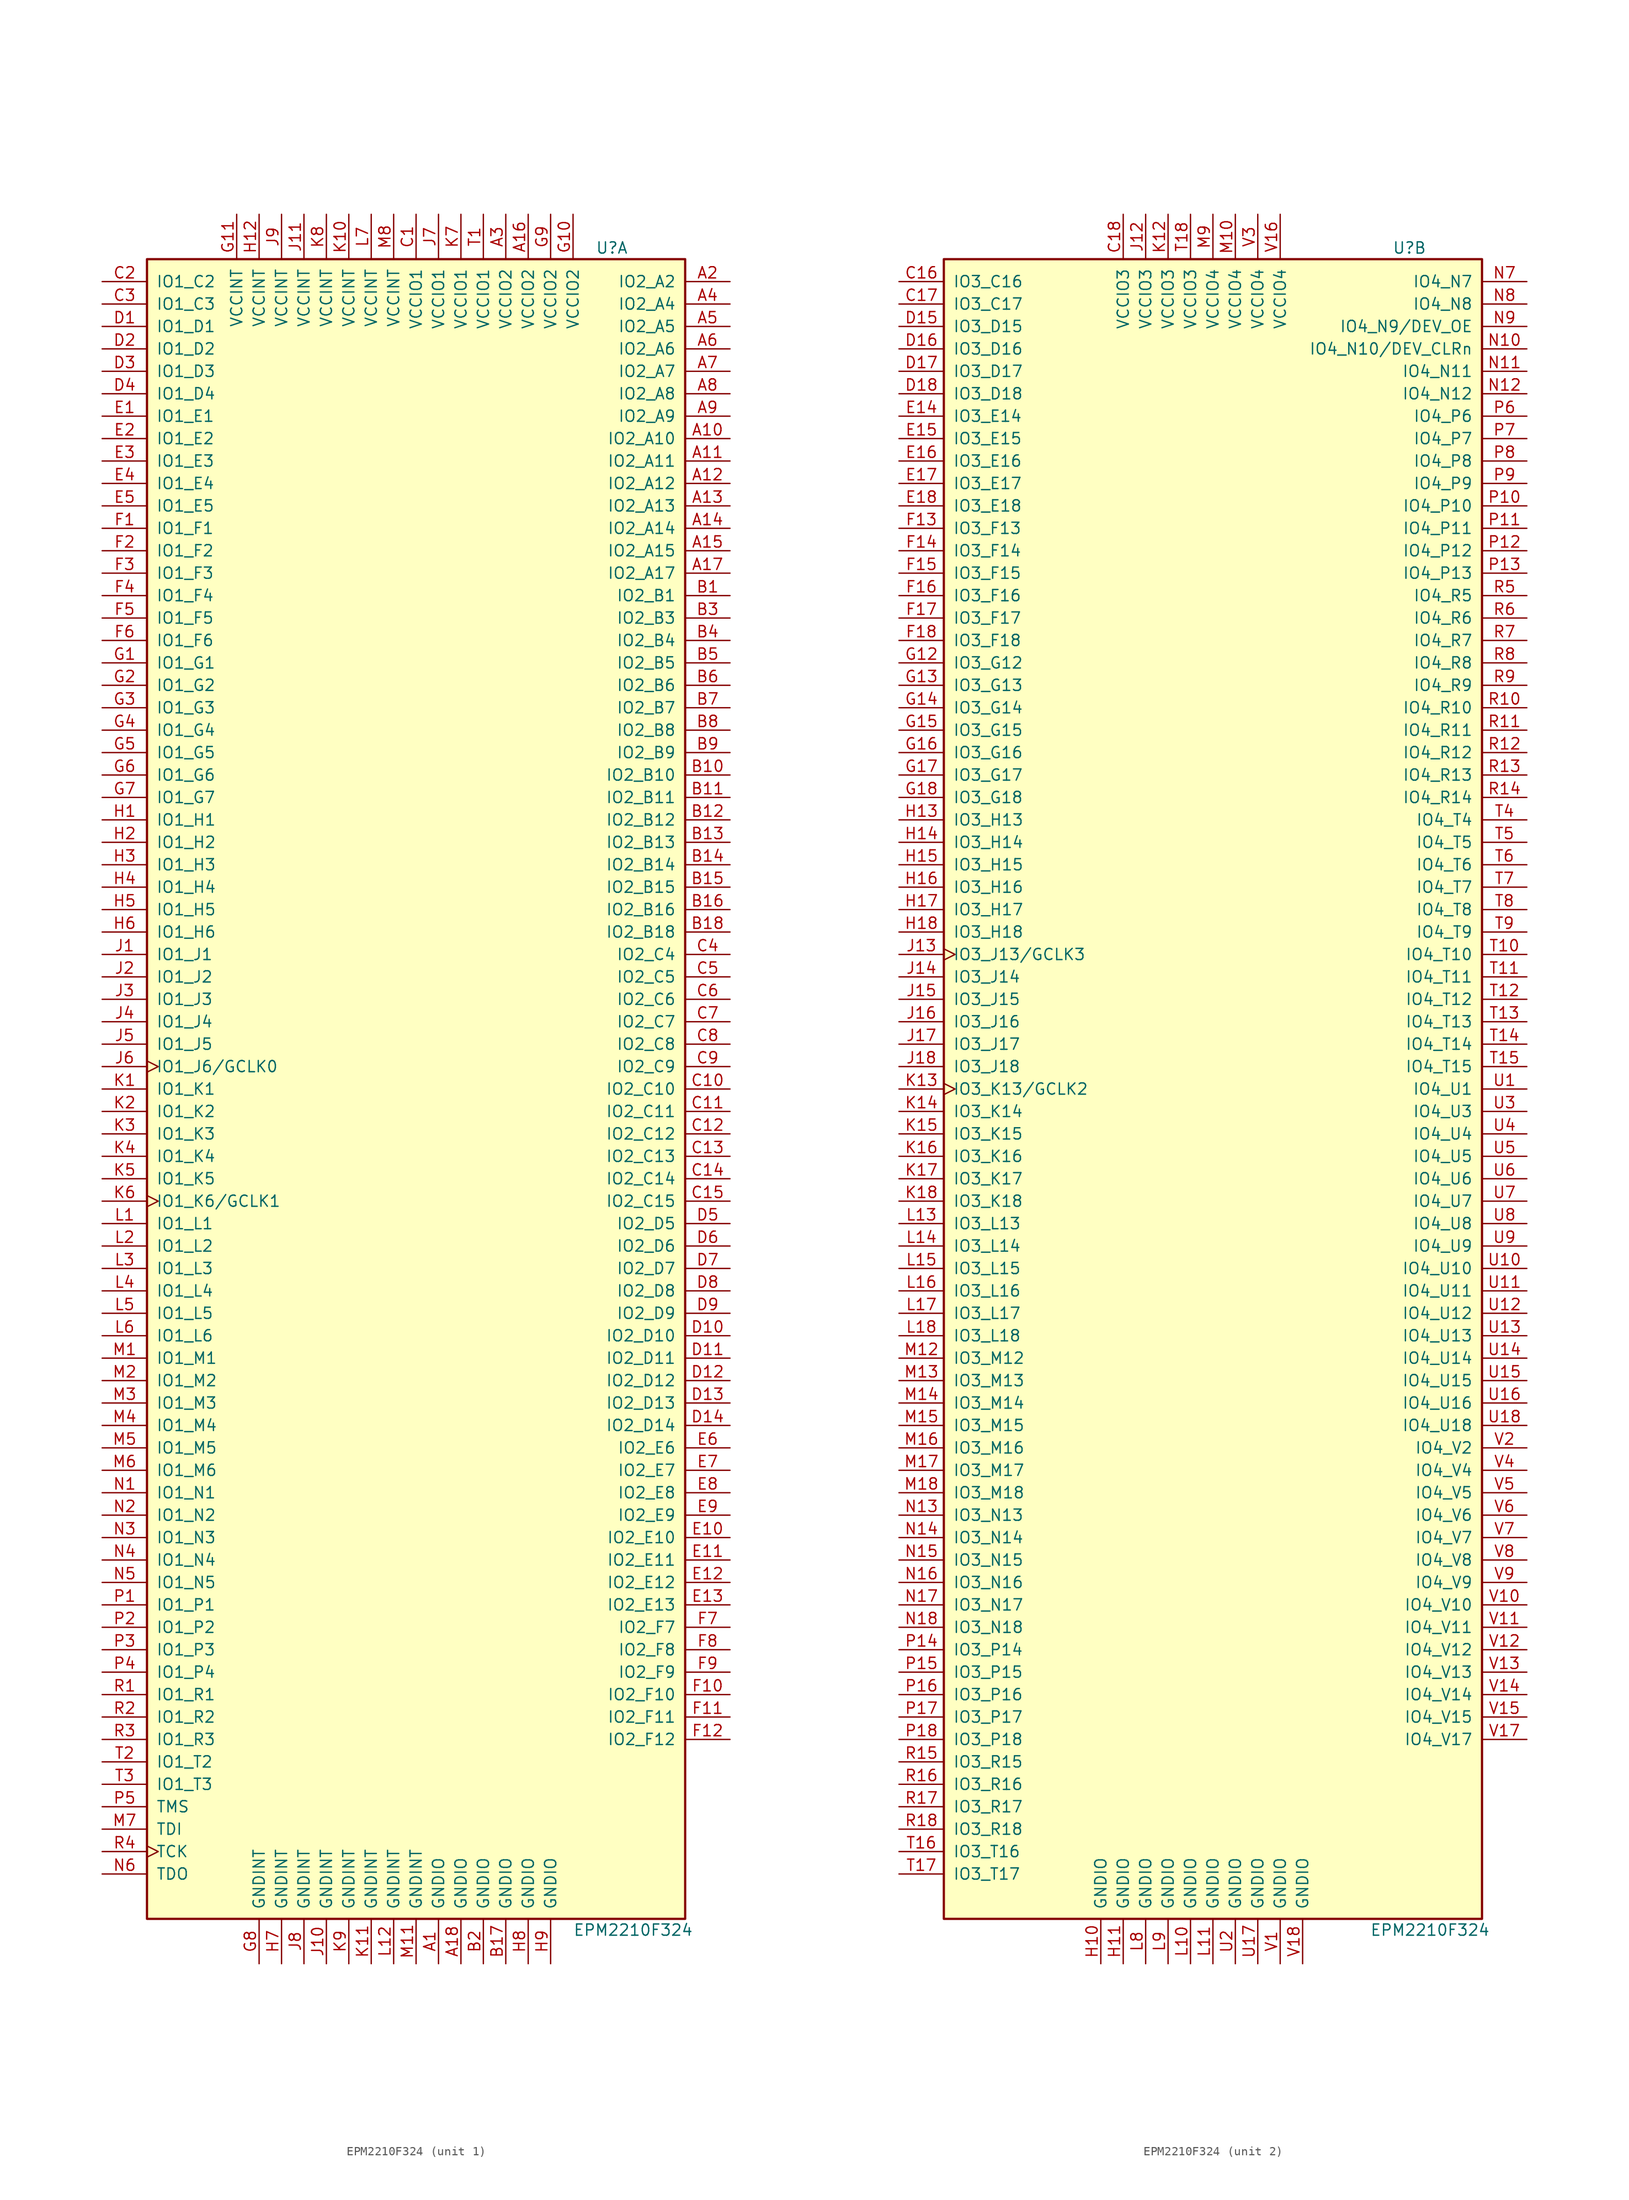
<source format=kicad_sym>
(kicad_symbol_lib
  (version 20231120)
  (generator "kicad_symbol_editor")
  (generator_version "8.0")
  (symbol "EPM2210F324"
    (pin_names
      (offset 1.016))
    (property "Reference" "U"
      (at 20.32 95.25 0)
      (effects (font (size 1.27 1.27)) (justify left)))
    (property "Value" "EPM2210F324"
      (at 17.78 -95.25 0)
      (effects (font (size 1.27 1.27)) (justify left)))
    (property "ki_locked" ""
      (at 0 0 0)
      (effects (font (size 1.27 1.27))))
    (symbol "EPM2210F324_1_1"
      (rectangle (start -30.48 93.98) (end 30.48 -93.98) (stroke (width 0.254) (type default)) (fill (type background)))
      (pin power_in line (at 2.54 -99.06 90) (length 5.08) (name "GNDIO" (effects (font (size 1.27 1.27)))) (number "A1" (effects (font (size 1.27 1.27)))))
      (pin bidirectional line (at 35.56 73.66 180) (length 5.08) (name "IO2_A10" (effects (font (size 1.27 1.27)))) (number "A10" (effects (font (size 1.27 1.27)))))
      (pin bidirectional line (at 35.56 71.12 180) (length 5.08) (name "IO2_A11" (effects (font (size 1.27 1.27)))) (number "A11" (effects (font (size 1.27 1.27)))))
      (pin bidirectional line (at 35.56 68.58 180) (length 5.08) (name "IO2_A12" (effects (font (size 1.27 1.27)))) (number "A12" (effects (font (size 1.27 1.27)))))
      (pin bidirectional line (at 35.56 66.04 180) (length 5.08) (name "IO2_A13" (effects (font (size 1.27 1.27)))) (number "A13" (effects (font (size 1.27 1.27)))))
      (pin bidirectional line (at 35.56 63.5 180) (length 5.08) (name "IO2_A14" (effects (font (size 1.27 1.27)))) (number "A14" (effects (font (size 1.27 1.27)))))
      (pin bidirectional line (at 35.56 60.96 180) (length 5.08) (name "IO2_A15" (effects (font (size 1.27 1.27)))) (number "A15" (effects (font (size 1.27 1.27)))))
      (pin power_in line (at 12.7 99.06 270) (length 5.08) (name "VCCIO2" (effects (font (size 1.27 1.27)))) (number "A16" (effects (font (size 1.27 1.27)))))
      (pin bidirectional line (at 35.56 58.42 180) (length 5.08) (name "IO2_A17" (effects (font (size 1.27 1.27)))) (number "A17" (effects (font (size 1.27 1.27)))))
      (pin power_in line (at 5.08 -99.06 90) (length 5.08) (name "GNDIO" (effects (font (size 1.27 1.27)))) (number "A18" (effects (font (size 1.27 1.27)))))
      (pin bidirectional line (at 35.56 91.44 180) (length 5.08) (name "IO2_A2" (effects (font (size 1.27 1.27)))) (number "A2" (effects (font (size 1.27 1.27)))))
      (pin power_in line (at 10.16 99.06 270) (length 5.08) (name "VCCIO2" (effects (font (size 1.27 1.27)))) (number "A3" (effects (font (size 1.27 1.27)))))
      (pin bidirectional line (at 35.56 88.9 180) (length 5.08) (name "IO2_A4" (effects (font (size 1.27 1.27)))) (number "A4" (effects (font (size 1.27 1.27)))))
      (pin bidirectional line (at 35.56 86.36 180) (length 5.08) (name "IO2_A5" (effects (font (size 1.27 1.27)))) (number "A5" (effects (font (size 1.27 1.27)))))
      (pin bidirectional line (at 35.56 83.82 180) (length 5.08) (name "IO2_A6" (effects (font (size 1.27 1.27)))) (number "A6" (effects (font (size 1.27 1.27)))))
      (pin bidirectional line (at 35.56 81.28 180) (length 5.08) (name "IO2_A7" (effects (font (size 1.27 1.27)))) (number "A7" (effects (font (size 1.27 1.27)))))
      (pin bidirectional line (at 35.56 78.74 180) (length 5.08) (name "IO2_A8" (effects (font (size 1.27 1.27)))) (number "A8" (effects (font (size 1.27 1.27)))))
      (pin bidirectional line (at 35.56 76.2 180) (length 5.08) (name "IO2_A9" (effects (font (size 1.27 1.27)))) (number "A9" (effects (font (size 1.27 1.27)))))
      (pin bidirectional line (at 35.56 55.88 180) (length 5.08) (name "IO2_B1" (effects (font (size 1.27 1.27)))) (number "B1" (effects (font (size 1.27 1.27)))))
      (pin bidirectional line (at 35.56 35.56 180) (length 5.08) (name "IO2_B10" (effects (font (size 1.27 1.27)))) (number "B10" (effects (font (size 1.27 1.27)))))
      (pin bidirectional line (at 35.56 33.02 180) (length 5.08) (name "IO2_B11" (effects (font (size 1.27 1.27)))) (number "B11" (effects (font (size 1.27 1.27)))))
      (pin bidirectional line (at 35.56 30.48 180) (length 5.08) (name "IO2_B12" (effects (font (size 1.27 1.27)))) (number "B12" (effects (font (size 1.27 1.27)))))
      (pin bidirectional line (at 35.56 27.94 180) (length 5.08) (name "IO2_B13" (effects (font (size 1.27 1.27)))) (number "B13" (effects (font (size 1.27 1.27)))))
      (pin bidirectional line (at 35.56 25.4 180) (length 5.08) (name "IO2_B14" (effects (font (size 1.27 1.27)))) (number "B14" (effects (font (size 1.27 1.27)))))
      (pin bidirectional line (at 35.56 22.86 180) (length 5.08) (name "IO2_B15" (effects (font (size 1.27 1.27)))) (number "B15" (effects (font (size 1.27 1.27)))))
      (pin bidirectional line (at 35.56 20.32 180) (length 5.08) (name "IO2_B16" (effects (font (size 1.27 1.27)))) (number "B16" (effects (font (size 1.27 1.27)))))
      (pin power_in line (at 10.16 -99.06 90) (length 5.08) (name "GNDIO" (effects (font (size 1.27 1.27)))) (number "B17" (effects (font (size 1.27 1.27)))))
      (pin bidirectional line (at 35.56 17.78 180) (length 5.08) (name "IO2_B18" (effects (font (size 1.27 1.27)))) (number "B18" (effects (font (size 1.27 1.27)))))
      (pin power_in line (at 7.62 -99.06 90) (length 5.08) (name "GNDIO" (effects (font (size 1.27 1.27)))) (number "B2" (effects (font (size 1.27 1.27)))))
      (pin bidirectional line (at 35.56 53.34 180) (length 5.08) (name "IO2_B3" (effects (font (size 1.27 1.27)))) (number "B3" (effects (font (size 1.27 1.27)))))
      (pin bidirectional line (at 35.56 50.8 180) (length 5.08) (name "IO2_B4" (effects (font (size 1.27 1.27)))) (number "B4" (effects (font (size 1.27 1.27)))))
      (pin bidirectional line (at 35.56 48.26 180) (length 5.08) (name "IO2_B5" (effects (font (size 1.27 1.27)))) (number "B5" (effects (font (size 1.27 1.27)))))
      (pin bidirectional line (at 35.56 45.72 180) (length 5.08) (name "IO2_B6" (effects (font (size 1.27 1.27)))) (number "B6" (effects (font (size 1.27 1.27)))))
      (pin bidirectional line (at 35.56 43.18 180) (length 5.08) (name "IO2_B7" (effects (font (size 1.27 1.27)))) (number "B7" (effects (font (size 1.27 1.27)))))
      (pin bidirectional line (at 35.56 40.64 180) (length 5.08) (name "IO2_B8" (effects (font (size 1.27 1.27)))) (number "B8" (effects (font (size 1.27 1.27)))))
      (pin bidirectional line (at 35.56 38.1 180) (length 5.08) (name "IO2_B9" (effects (font (size 1.27 1.27)))) (number "B9" (effects (font (size 1.27 1.27)))))
      (pin power_in line (at 0 99.06 270) (length 5.08) (name "VCCIO1" (effects (font (size 1.27 1.27)))) (number "C1" (effects (font (size 1.27 1.27)))))
      (pin bidirectional line (at 35.56 0 180) (length 5.08) (name "IO2_C10" (effects (font (size 1.27 1.27)))) (number "C10" (effects (font (size 1.27 1.27)))))
      (pin bidirectional line (at 35.56 -2.54 180) (length 5.08) (name "IO2_C11" (effects (font (size 1.27 1.27)))) (number "C11" (effects (font (size 1.27 1.27)))))
      (pin bidirectional line (at 35.56 -5.08 180) (length 5.08) (name "IO2_C12" (effects (font (size 1.27 1.27)))) (number "C12" (effects (font (size 1.27 1.27)))))
      (pin bidirectional line (at 35.56 -7.62 180) (length 5.08) (name "IO2_C13" (effects (font (size 1.27 1.27)))) (number "C13" (effects (font (size 1.27 1.27)))))
      (pin bidirectional line (at 35.56 -10.16 180) (length 5.08) (name "IO2_C14" (effects (font (size 1.27 1.27)))) (number "C14" (effects (font (size 1.27 1.27)))))
      (pin bidirectional line (at 35.56 -12.7 180) (length 5.08) (name "IO2_C15" (effects (font (size 1.27 1.27)))) (number "C15" (effects (font (size 1.27 1.27)))))
      (pin bidirectional line (at -35.56 91.44 0) (length 5.08) (name "IO1_C2" (effects (font (size 1.27 1.27)))) (number "C2" (effects (font (size 1.27 1.27)))))
      (pin bidirectional line (at -35.56 88.9 0) (length 5.08) (name "IO1_C3" (effects (font (size 1.27 1.27)))) (number "C3" (effects (font (size 1.27 1.27)))))
      (pin bidirectional line (at 35.56 15.24 180) (length 5.08) (name "IO2_C4" (effects (font (size 1.27 1.27)))) (number "C4" (effects (font (size 1.27 1.27)))))
      (pin bidirectional line (at 35.56 12.7 180) (length 5.08) (name "IO2_C5" (effects (font (size 1.27 1.27)))) (number "C5" (effects (font (size 1.27 1.27)))))
      (pin bidirectional line (at 35.56 10.16 180) (length 5.08) (name "IO2_C6" (effects (font (size 1.27 1.27)))) (number "C6" (effects (font (size 1.27 1.27)))))
      (pin bidirectional line (at 35.56 7.62 180) (length 5.08) (name "IO2_C7" (effects (font (size 1.27 1.27)))) (number "C7" (effects (font (size 1.27 1.27)))))
      (pin bidirectional line (at 35.56 5.08 180) (length 5.08) (name "IO2_C8" (effects (font (size 1.27 1.27)))) (number "C8" (effects (font (size 1.27 1.27)))))
      (pin bidirectional line (at 35.56 2.54 180) (length 5.08) (name "IO2_C9" (effects (font (size 1.27 1.27)))) (number "C9" (effects (font (size 1.27 1.27)))))
      (pin bidirectional line (at -35.56 86.36 0) (length 5.08) (name "IO1_D1" (effects (font (size 1.27 1.27)))) (number "D1" (effects (font (size 1.27 1.27)))))
      (pin bidirectional line (at 35.56 -27.94 180) (length 5.08) (name "IO2_D10" (effects (font (size 1.27 1.27)))) (number "D10" (effects (font (size 1.27 1.27)))))
      (pin bidirectional line (at 35.56 -30.48 180) (length 5.08) (name "IO2_D11" (effects (font (size 1.27 1.27)))) (number "D11" (effects (font (size 1.27 1.27)))))
      (pin bidirectional line (at 35.56 -33.02 180) (length 5.08) (name "IO2_D12" (effects (font (size 1.27 1.27)))) (number "D12" (effects (font (size 1.27 1.27)))))
      (pin bidirectional line (at 35.56 -35.56 180) (length 5.08) (name "IO2_D13" (effects (font (size 1.27 1.27)))) (number "D13" (effects (font (size 1.27 1.27)))))
      (pin bidirectional line (at 35.56 -38.1 180) (length 5.08) (name "IO2_D14" (effects (font (size 1.27 1.27)))) (number "D14" (effects (font (size 1.27 1.27)))))
      (pin bidirectional line (at -35.56 83.82 0) (length 5.08) (name "IO1_D2" (effects (font (size 1.27 1.27)))) (number "D2" (effects (font (size 1.27 1.27)))))
      (pin bidirectional line (at -35.56 81.28 0) (length 5.08) (name "IO1_D3" (effects (font (size 1.27 1.27)))) (number "D3" (effects (font (size 1.27 1.27)))))
      (pin bidirectional line (at -35.56 78.74 0) (length 5.08) (name "IO1_D4" (effects (font (size 1.27 1.27)))) (number "D4" (effects (font (size 1.27 1.27)))))
      (pin bidirectional line (at 35.56 -15.24 180) (length 5.08) (name "IO2_D5" (effects (font (size 1.27 1.27)))) (number "D5" (effects (font (size 1.27 1.27)))))
      (pin bidirectional line (at 35.56 -17.78 180) (length 5.08) (name "IO2_D6" (effects (font (size 1.27 1.27)))) (number "D6" (effects (font (size 1.27 1.27)))))
      (pin bidirectional line (at 35.56 -20.32 180) (length 5.08) (name "IO2_D7" (effects (font (size 1.27 1.27)))) (number "D7" (effects (font (size 1.27 1.27)))))
      (pin bidirectional line (at 35.56 -22.86 180) (length 5.08) (name "IO2_D8" (effects (font (size 1.27 1.27)))) (number "D8" (effects (font (size 1.27 1.27)))))
      (pin bidirectional line (at 35.56 -25.4 180) (length 5.08) (name "IO2_D9" (effects (font (size 1.27 1.27)))) (number "D9" (effects (font (size 1.27 1.27)))))
      (pin bidirectional line (at -35.56 76.2 0) (length 5.08) (name "IO1_E1" (effects (font (size 1.27 1.27)))) (number "E1" (effects (font (size 1.27 1.27)))))
      (pin bidirectional line (at 35.56 -50.8 180) (length 5.08) (name "IO2_E10" (effects (font (size 1.27 1.27)))) (number "E10" (effects (font (size 1.27 1.27)))))
      (pin bidirectional line (at 35.56 -53.34 180) (length 5.08) (name "IO2_E11" (effects (font (size 1.27 1.27)))) (number "E11" (effects (font (size 1.27 1.27)))))
      (pin bidirectional line (at 35.56 -55.88 180) (length 5.08) (name "IO2_E12" (effects (font (size 1.27 1.27)))) (number "E12" (effects (font (size 1.27 1.27)))))
      (pin bidirectional line (at 35.56 -58.42 180) (length 5.08) (name "IO2_E13" (effects (font (size 1.27 1.27)))) (number "E13" (effects (font (size 1.27 1.27)))))
      (pin bidirectional line (at -35.56 73.66 0) (length 5.08) (name "IO1_E2" (effects (font (size 1.27 1.27)))) (number "E2" (effects (font (size 1.27 1.27)))))
      (pin bidirectional line (at -35.56 71.12 0) (length 5.08) (name "IO1_E3" (effects (font (size 1.27 1.27)))) (number "E3" (effects (font (size 1.27 1.27)))))
      (pin bidirectional line (at -35.56 68.58 0) (length 5.08) (name "IO1_E4" (effects (font (size 1.27 1.27)))) (number "E4" (effects (font (size 1.27 1.27)))))
      (pin bidirectional line (at -35.56 66.04 0) (length 5.08) (name "IO1_E5" (effects (font (size 1.27 1.27)))) (number "E5" (effects (font (size 1.27 1.27)))))
      (pin bidirectional line (at 35.56 -40.64 180) (length 5.08) (name "IO2_E6" (effects (font (size 1.27 1.27)))) (number "E6" (effects (font (size 1.27 1.27)))))
      (pin bidirectional line (at 35.56 -43.18 180) (length 5.08) (name "IO2_E7" (effects (font (size 1.27 1.27)))) (number "E7" (effects (font (size 1.27 1.27)))))
      (pin bidirectional line (at 35.56 -45.72 180) (length 5.08) (name "IO2_E8" (effects (font (size 1.27 1.27)))) (number "E8" (effects (font (size 1.27 1.27)))))
      (pin bidirectional line (at 35.56 -48.26 180) (length 5.08) (name "IO2_E9" (effects (font (size 1.27 1.27)))) (number "E9" (effects (font (size 1.27 1.27)))))
      (pin bidirectional line (at -35.56 63.5 0) (length 5.08) (name "IO1_F1" (effects (font (size 1.27 1.27)))) (number "F1" (effects (font (size 1.27 1.27)))))
      (pin bidirectional line (at 35.56 -68.58 180) (length 5.08) (name "IO2_F10" (effects (font (size 1.27 1.27)))) (number "F10" (effects (font (size 1.27 1.27)))))
      (pin bidirectional line (at 35.56 -71.12 180) (length 5.08) (name "IO2_F11" (effects (font (size 1.27 1.27)))) (number "F11" (effects (font (size 1.27 1.27)))))
      (pin bidirectional line (at 35.56 -73.66 180) (length 5.08) (name "IO2_F12" (effects (font (size 1.27 1.27)))) (number "F12" (effects (font (size 1.27 1.27)))))
      (pin bidirectional line (at -35.56 60.96 0) (length 5.08) (name "IO1_F2" (effects (font (size 1.27 1.27)))) (number "F2" (effects (font (size 1.27 1.27)))))
      (pin bidirectional line (at -35.56 58.42 0) (length 5.08) (name "IO1_F3" (effects (font (size 1.27 1.27)))) (number "F3" (effects (font (size 1.27 1.27)))))
      (pin bidirectional line (at -35.56 55.88 0) (length 5.08) (name "IO1_F4" (effects (font (size 1.27 1.27)))) (number "F4" (effects (font (size 1.27 1.27)))))
      (pin bidirectional line (at -35.56 53.34 0) (length 5.08) (name "IO1_F5" (effects (font (size 1.27 1.27)))) (number "F5" (effects (font (size 1.27 1.27)))))
      (pin bidirectional line (at -35.56 50.8 0) (length 5.08) (name "IO1_F6" (effects (font (size 1.27 1.27)))) (number "F6" (effects (font (size 1.27 1.27)))))
      (pin bidirectional line (at 35.56 -60.96 180) (length 5.08) (name "IO2_F7" (effects (font (size 1.27 1.27)))) (number "F7" (effects (font (size 1.27 1.27)))))
      (pin bidirectional line (at 35.56 -63.5 180) (length 5.08) (name "IO2_F8" (effects (font (size 1.27 1.27)))) (number "F8" (effects (font (size 1.27 1.27)))))
      (pin bidirectional line (at 35.56 -66.04 180) (length 5.08) (name "IO2_F9" (effects (font (size 1.27 1.27)))) (number "F9" (effects (font (size 1.27 1.27)))))
      (pin bidirectional line (at -35.56 48.26 0) (length 5.08) (name "IO1_G1" (effects (font (size 1.27 1.27)))) (number "G1" (effects (font (size 1.27 1.27)))))
      (pin power_in line (at 17.78 99.06 270) (length 5.08) (name "VCCIO2" (effects (font (size 1.27 1.27)))) (number "G10" (effects (font (size 1.27 1.27)))))
      (pin power_in line (at -20.32 99.06 270) (length 5.08) (name "VCCINT" (effects (font (size 1.27 1.27)))) (number "G11" (effects (font (size 1.27 1.27)))))
      (pin bidirectional line (at -35.56 45.72 0) (length 5.08) (name "IO1_G2" (effects (font (size 1.27 1.27)))) (number "G2" (effects (font (size 1.27 1.27)))))
      (pin bidirectional line (at -35.56 43.18 0) (length 5.08) (name "IO1_G3" (effects (font (size 1.27 1.27)))) (number "G3" (effects (font (size 1.27 1.27)))))
      (pin bidirectional line (at -35.56 40.64 0) (length 5.08) (name "IO1_G4" (effects (font (size 1.27 1.27)))) (number "G4" (effects (font (size 1.27 1.27)))))
      (pin bidirectional line (at -35.56 38.1 0) (length 5.08) (name "IO1_G5" (effects (font (size 1.27 1.27)))) (number "G5" (effects (font (size 1.27 1.27)))))
      (pin bidirectional line (at -35.56 35.56 0) (length 5.08) (name "IO1_G6" (effects (font (size 1.27 1.27)))) (number "G6" (effects (font (size 1.27 1.27)))))
      (pin bidirectional line (at -35.56 33.02 0) (length 5.08) (name "IO1_G7" (effects (font (size 1.27 1.27)))) (number "G7" (effects (font (size 1.27 1.27)))))
      (pin power_in line (at -17.78 -99.06 90) (length 5.08) (name "GNDINT" (effects (font (size 1.27 1.27)))) (number "G8" (effects (font (size 1.27 1.27)))))
      (pin power_in line (at 15.24 99.06 270) (length 5.08) (name "VCCIO2" (effects (font (size 1.27 1.27)))) (number "G9" (effects (font (size 1.27 1.27)))))
      (pin bidirectional line (at -35.56 30.48 0) (length 5.08) (name "IO1_H1" (effects (font (size 1.27 1.27)))) (number "H1" (effects (font (size 1.27 1.27)))))
      (pin power_in line (at -17.78 99.06 270) (length 5.08) (name "VCCINT" (effects (font (size 1.27 1.27)))) (number "H12" (effects (font (size 1.27 1.27)))))
      (pin bidirectional line (at -35.56 27.94 0) (length 5.08) (name "IO1_H2" (effects (font (size 1.27 1.27)))) (number "H2" (effects (font (size 1.27 1.27)))))
      (pin bidirectional line (at -35.56 25.4 0) (length 5.08) (name "IO1_H3" (effects (font (size 1.27 1.27)))) (number "H3" (effects (font (size 1.27 1.27)))))
      (pin bidirectional line (at -35.56 22.86 0) (length 5.08) (name "IO1_H4" (effects (font (size 1.27 1.27)))) (number "H4" (effects (font (size 1.27 1.27)))))
      (pin bidirectional line (at -35.56 20.32 0) (length 5.08) (name "IO1_H5" (effects (font (size 1.27 1.27)))) (number "H5" (effects (font (size 1.27 1.27)))))
      (pin bidirectional line (at -35.56 17.78 0) (length 5.08) (name "IO1_H6" (effects (font (size 1.27 1.27)))) (number "H6" (effects (font (size 1.27 1.27)))))
      (pin power_in line (at -15.24 -99.06 90) (length 5.08) (name "GNDINT" (effects (font (size 1.27 1.27)))) (number "H7" (effects (font (size 1.27 1.27)))))
      (pin power_in line (at 12.7 -99.06 90) (length 5.08) (name "GNDIO" (effects (font (size 1.27 1.27)))) (number "H8" (effects (font (size 1.27 1.27)))))
      (pin power_in line (at 15.24 -99.06 90) (length 5.08) (name "GNDIO" (effects (font (size 1.27 1.27)))) (number "H9" (effects (font (size 1.27 1.27)))))
      (pin bidirectional line (at -35.56 15.24 0) (length 5.08) (name "IO1_J1" (effects (font (size 1.27 1.27)))) (number "J1" (effects (font (size 1.27 1.27)))))
      (pin power_in line (at -10.16 -99.06 90) (length 5.08) (name "GNDINT" (effects (font (size 1.27 1.27)))) (number "J10" (effects (font (size 1.27 1.27)))))
      (pin power_in line (at -12.7 99.06 270) (length 5.08) (name "VCCINT" (effects (font (size 1.27 1.27)))) (number "J11" (effects (font (size 1.27 1.27)))))
      (pin bidirectional line (at -35.56 12.7 0) (length 5.08) (name "IO1_J2" (effects (font (size 1.27 1.27)))) (number "J2" (effects (font (size 1.27 1.27)))))
      (pin bidirectional line (at -35.56 10.16 0) (length 5.08) (name "IO1_J3" (effects (font (size 1.27 1.27)))) (number "J3" (effects (font (size 1.27 1.27)))))
      (pin bidirectional line (at -35.56 7.62 0) (length 5.08) (name "IO1_J4" (effects (font (size 1.27 1.27)))) (number "J4" (effects (font (size 1.27 1.27)))))
      (pin bidirectional line (at -35.56 5.08 0) (length 5.08) (name "IO1_J5" (effects (font (size 1.27 1.27)))) (number "J5" (effects (font (size 1.27 1.27)))))
      (pin bidirectional clock (at -35.56 2.54 0) (length 5.08) (name "IO1_J6/GCLK0" (effects (font (size 1.27 1.27)))) (number "J6" (effects (font (size 1.27 1.27)))))
      (pin power_in line (at 2.54 99.06 270) (length 5.08) (name "VCCIO1" (effects (font (size 1.27 1.27)))) (number "J7" (effects (font (size 1.27 1.27)))))
      (pin power_in line (at -12.7 -99.06 90) (length 5.08) (name "GNDINT" (effects (font (size 1.27 1.27)))) (number "J8" (effects (font (size 1.27 1.27)))))
      (pin power_in line (at -15.24 99.06 270) (length 5.08) (name "VCCINT" (effects (font (size 1.27 1.27)))) (number "J9" (effects (font (size 1.27 1.27)))))
      (pin bidirectional line (at -35.56 0 0) (length 5.08) (name "IO1_K1" (effects (font (size 1.27 1.27)))) (number "K1" (effects (font (size 1.27 1.27)))))
      (pin power_in line (at -7.62 99.06 270) (length 5.08) (name "VCCINT" (effects (font (size 1.27 1.27)))) (number "K10" (effects (font (size 1.27 1.27)))))
      (pin power_in line (at -5.08 -99.06 90) (length 5.08) (name "GNDINT" (effects (font (size 1.27 1.27)))) (number "K11" (effects (font (size 1.27 1.27)))))
      (pin bidirectional line (at -35.56 -2.54 0) (length 5.08) (name "IO1_K2" (effects (font (size 1.27 1.27)))) (number "K2" (effects (font (size 1.27 1.27)))))
      (pin bidirectional line (at -35.56 -5.08 0) (length 5.08) (name "IO1_K3" (effects (font (size 1.27 1.27)))) (number "K3" (effects (font (size 1.27 1.27)))))
      (pin bidirectional line (at -35.56 -7.62 0) (length 5.08) (name "IO1_K4" (effects (font (size 1.27 1.27)))) (number "K4" (effects (font (size 1.27 1.27)))))
      (pin bidirectional line (at -35.56 -10.16 0) (length 5.08) (name "IO1_K5" (effects (font (size 1.27 1.27)))) (number "K5" (effects (font (size 1.27 1.27)))))
      (pin bidirectional clock (at -35.56 -12.7 0) (length 5.08) (name "IO1_K6/GCLK1" (effects (font (size 1.27 1.27)))) (number "K6" (effects (font (size 1.27 1.27)))))
      (pin power_in line (at 5.08 99.06 270) (length 5.08) (name "VCCIO1" (effects (font (size 1.27 1.27)))) (number "K7" (effects (font (size 1.27 1.27)))))
      (pin power_in line (at -10.16 99.06 270) (length 5.08) (name "VCCINT" (effects (font (size 1.27 1.27)))) (number "K8" (effects (font (size 1.27 1.27)))))
      (pin power_in line (at -7.62 -99.06 90) (length 5.08) (name "GNDINT" (effects (font (size 1.27 1.27)))) (number "K9" (effects (font (size 1.27 1.27)))))
      (pin bidirectional line (at -35.56 -15.24 0) (length 5.08) (name "IO1_L1" (effects (font (size 1.27 1.27)))) (number "L1" (effects (font (size 1.27 1.27)))))
      (pin power_in line (at -2.54 -99.06 90) (length 5.08) (name "GNDINT" (effects (font (size 1.27 1.27)))) (number "L12" (effects (font (size 1.27 1.27)))))
      (pin bidirectional line (at -35.56 -17.78 0) (length 5.08) (name "IO1_L2" (effects (font (size 1.27 1.27)))) (number "L2" (effects (font (size 1.27 1.27)))))
      (pin bidirectional line (at -35.56 -20.32 0) (length 5.08) (name "IO1_L3" (effects (font (size 1.27 1.27)))) (number "L3" (effects (font (size 1.27 1.27)))))
      (pin bidirectional line (at -35.56 -22.86 0) (length 5.08) (name "IO1_L4" (effects (font (size 1.27 1.27)))) (number "L4" (effects (font (size 1.27 1.27)))))
      (pin bidirectional line (at -35.56 -25.4 0) (length 5.08) (name "IO1_L5" (effects (font (size 1.27 1.27)))) (number "L5" (effects (font (size 1.27 1.27)))))
      (pin bidirectional line (at -35.56 -27.94 0) (length 5.08) (name "IO1_L6" (effects (font (size 1.27 1.27)))) (number "L6" (effects (font (size 1.27 1.27)))))
      (pin power_in line (at -5.08 99.06 270) (length 5.08) (name "VCCINT" (effects (font (size 1.27 1.27)))) (number "L7" (effects (font (size 1.27 1.27)))))
      (pin bidirectional line (at -35.56 -30.48 0) (length 5.08) (name "IO1_M1" (effects (font (size 1.27 1.27)))) (number "M1" (effects (font (size 1.27 1.27)))))
      (pin power_in line (at 0 -99.06 90) (length 5.08) (name "GNDINT" (effects (font (size 1.27 1.27)))) (number "M11" (effects (font (size 1.27 1.27)))))
      (pin bidirectional line (at -35.56 -33.02 0) (length 5.08) (name "IO1_M2" (effects (font (size 1.27 1.27)))) (number "M2" (effects (font (size 1.27 1.27)))))
      (pin bidirectional line (at -35.56 -35.56 0) (length 5.08) (name "IO1_M3" (effects (font (size 1.27 1.27)))) (number "M3" (effects (font (size 1.27 1.27)))))
      (pin bidirectional line (at -35.56 -38.1 0) (length 5.08) (name "IO1_M4" (effects (font (size 1.27 1.27)))) (number "M4" (effects (font (size 1.27 1.27)))))
      (pin bidirectional line (at -35.56 -40.64 0) (length 5.08) (name "IO1_M5" (effects (font (size 1.27 1.27)))) (number "M5" (effects (font (size 1.27 1.27)))))
      (pin bidirectional line (at -35.56 -43.18 0) (length 5.08) (name "IO1_M6" (effects (font (size 1.27 1.27)))) (number "M6" (effects (font (size 1.27 1.27)))))
      (pin input line (at -35.56 -83.82 0) (length 5.08) (name "TDI" (effects (font (size 1.27 1.27)))) (number "M7" (effects (font (size 1.27 1.27)))))
      (pin power_in line (at -2.54 99.06 270) (length 5.08) (name "VCCINT" (effects (font (size 1.27 1.27)))) (number "M8" (effects (font (size 1.27 1.27)))))
      (pin bidirectional line (at -35.56 -45.72 0) (length 5.08) (name "IO1_N1" (effects (font (size 1.27 1.27)))) (number "N1" (effects (font (size 1.27 1.27)))))
      (pin bidirectional line (at -35.56 -48.26 0) (length 5.08) (name "IO1_N2" (effects (font (size 1.27 1.27)))) (number "N2" (effects (font (size 1.27 1.27)))))
      (pin bidirectional line (at -35.56 -50.8 0) (length 5.08) (name "IO1_N3" (effects (font (size 1.27 1.27)))) (number "N3" (effects (font (size 1.27 1.27)))))
      (pin bidirectional line (at -35.56 -53.34 0) (length 5.08) (name "IO1_N4" (effects (font (size 1.27 1.27)))) (number "N4" (effects (font (size 1.27 1.27)))))
      (pin bidirectional line (at -35.56 -55.88 0) (length 5.08) (name "IO1_N5" (effects (font (size 1.27 1.27)))) (number "N5" (effects (font (size 1.27 1.27)))))
      (pin output line (at -35.56 -88.9 0) (length 5.08) (name "TDO" (effects (font (size 1.27 1.27)))) (number "N6" (effects (font (size 1.27 1.27)))))
      (pin bidirectional line (at -35.56 -58.42 0) (length 5.08) (name "IO1_P1" (effects (font (size 1.27 1.27)))) (number "P1" (effects (font (size 1.27 1.27)))))
      (pin bidirectional line (at -35.56 -60.96 0) (length 5.08) (name "IO1_P2" (effects (font (size 1.27 1.27)))) (number "P2" (effects (font (size 1.27 1.27)))))
      (pin bidirectional line (at -35.56 -63.5 0) (length 5.08) (name "IO1_P3" (effects (font (size 1.27 1.27)))) (number "P3" (effects (font (size 1.27 1.27)))))
      (pin bidirectional line (at -35.56 -66.04 0) (length 5.08) (name "IO1_P4" (effects (font (size 1.27 1.27)))) (number "P4" (effects (font (size 1.27 1.27)))))
      (pin input line (at -35.56 -81.28 0) (length 5.08) (name "TMS" (effects (font (size 1.27 1.27)))) (number "P5" (effects (font (size 1.27 1.27)))))
      (pin bidirectional line (at -35.56 -68.58 0) (length 5.08) (name "IO1_R1" (effects (font (size 1.27 1.27)))) (number "R1" (effects (font (size 1.27 1.27)))))
      (pin bidirectional line (at -35.56 -71.12 0) (length 5.08) (name "IO1_R2" (effects (font (size 1.27 1.27)))) (number "R2" (effects (font (size 1.27 1.27)))))
      (pin bidirectional line (at -35.56 -73.66 0) (length 5.08) (name "IO1_R3" (effects (font (size 1.27 1.27)))) (number "R3" (effects (font (size 1.27 1.27)))))
      (pin input clock (at -35.56 -86.36 0) (length 5.08) (name "TCK" (effects (font (size 1.27 1.27)))) (number "R4" (effects (font (size 1.27 1.27)))))
      (pin power_in line (at 7.62 99.06 270) (length 5.08) (name "VCCIO1" (effects (font (size 1.27 1.27)))) (number "T1" (effects (font (size 1.27 1.27)))))
      (pin bidirectional line (at -35.56 -76.2 0) (length 5.08) (name "IO1_T2" (effects (font (size 1.27 1.27)))) (number "T2" (effects (font (size 1.27 1.27)))))
      (pin bidirectional line (at -35.56 -78.74 0) (length 5.08) (name "IO1_T3" (effects (font (size 1.27 1.27)))) (number "T3" (effects (font (size 1.27 1.27))))))
    (symbol "EPM2210F324_2_1"
      (rectangle (start -30.48 93.98) (end 30.48 -93.98) (stroke (width 0.254) (type default)) (fill (type background)))
      (pin bidirectional line (at -35.56 91.44 0) (length 5.08) (name "IO3_C16" (effects (font (size 1.27 1.27)))) (number "C16" (effects (font (size 1.27 1.27)))))
      (pin bidirectional line (at -35.56 88.9 0) (length 5.08) (name "IO3_C17" (effects (font (size 1.27 1.27)))) (number "C17" (effects (font (size 1.27 1.27)))))
      (pin power_in line (at -10.16 99.06 270) (length 5.08) (name "VCCIO3" (effects (font (size 1.27 1.27)))) (number "C18" (effects (font (size 1.27 1.27)))))
      (pin bidirectional line (at -35.56 86.36 0) (length 5.08) (name "IO3_D15" (effects (font (size 1.27 1.27)))) (number "D15" (effects (font (size 1.27 1.27)))))
      (pin bidirectional line (at -35.56 83.82 0) (length 5.08) (name "IO3_D16" (effects (font (size 1.27 1.27)))) (number "D16" (effects (font (size 1.27 1.27)))))
      (pin bidirectional line (at -35.56 81.28 0) (length 5.08) (name "IO3_D17" (effects (font (size 1.27 1.27)))) (number "D17" (effects (font (size 1.27 1.27)))))
      (pin bidirectional line (at -35.56 78.74 0) (length 5.08) (name "IO3_D18" (effects (font (size 1.27 1.27)))) (number "D18" (effects (font (size 1.27 1.27)))))
      (pin bidirectional line (at -35.56 76.2 0) (length 5.08) (name "IO3_E14" (effects (font (size 1.27 1.27)))) (number "E14" (effects (font (size 1.27 1.27)))))
      (pin bidirectional line (at -35.56 73.66 0) (length 5.08) (name "IO3_E15" (effects (font (size 1.27 1.27)))) (number "E15" (effects (font (size 1.27 1.27)))))
      (pin bidirectional line (at -35.56 71.12 0) (length 5.08) (name "IO3_E16" (effects (font (size 1.27 1.27)))) (number "E16" (effects (font (size 1.27 1.27)))))
      (pin bidirectional line (at -35.56 68.58 0) (length 5.08) (name "IO3_E17" (effects (font (size 1.27 1.27)))) (number "E17" (effects (font (size 1.27 1.27)))))
      (pin bidirectional line (at -35.56 66.04 0) (length 5.08) (name "IO3_E18" (effects (font (size 1.27 1.27)))) (number "E18" (effects (font (size 1.27 1.27)))))
      (pin bidirectional line (at -35.56 63.5 0) (length 5.08) (name "IO3_F13" (effects (font (size 1.27 1.27)))) (number "F13" (effects (font (size 1.27 1.27)))))
      (pin bidirectional line (at -35.56 60.96 0) (length 5.08) (name "IO3_F14" (effects (font (size 1.27 1.27)))) (number "F14" (effects (font (size 1.27 1.27)))))
      (pin bidirectional line (at -35.56 58.42 0) (length 5.08) (name "IO3_F15" (effects (font (size 1.27 1.27)))) (number "F15" (effects (font (size 1.27 1.27)))))
      (pin bidirectional line (at -35.56 55.88 0) (length 5.08) (name "IO3_F16" (effects (font (size 1.27 1.27)))) (number "F16" (effects (font (size 1.27 1.27)))))
      (pin bidirectional line (at -35.56 53.34 0) (length 5.08) (name "IO3_F17" (effects (font (size 1.27 1.27)))) (number "F17" (effects (font (size 1.27 1.27)))))
      (pin bidirectional line (at -35.56 50.8 0) (length 5.08) (name "IO3_F18" (effects (font (size 1.27 1.27)))) (number "F18" (effects (font (size 1.27 1.27)))))
      (pin bidirectional line (at -35.56 48.26 0) (length 5.08) (name "IO3_G12" (effects (font (size 1.27 1.27)))) (number "G12" (effects (font (size 1.27 1.27)))))
      (pin bidirectional line (at -35.56 45.72 0) (length 5.08) (name "IO3_G13" (effects (font (size 1.27 1.27)))) (number "G13" (effects (font (size 1.27 1.27)))))
      (pin bidirectional line (at -35.56 43.18 0) (length 5.08) (name "IO3_G14" (effects (font (size 1.27 1.27)))) (number "G14" (effects (font (size 1.27 1.27)))))
      (pin bidirectional line (at -35.56 40.64 0) (length 5.08) (name "IO3_G15" (effects (font (size 1.27 1.27)))) (number "G15" (effects (font (size 1.27 1.27)))))
      (pin bidirectional line (at -35.56 38.1 0) (length 5.08) (name "IO3_G16" (effects (font (size 1.27 1.27)))) (number "G16" (effects (font (size 1.27 1.27)))))
      (pin bidirectional line (at -35.56 35.56 0) (length 5.08) (name "IO3_G17" (effects (font (size 1.27 1.27)))) (number "G17" (effects (font (size 1.27 1.27)))))
      (pin bidirectional line (at -35.56 33.02 0) (length 5.08) (name "IO3_G18" (effects (font (size 1.27 1.27)))) (number "G18" (effects (font (size 1.27 1.27)))))
      (pin power_in line (at -12.7 -99.06 90) (length 5.08) (name "GNDIO" (effects (font (size 1.27 1.27)))) (number "H10" (effects (font (size 1.27 1.27)))))
      (pin power_in line (at -10.16 -99.06 90) (length 5.08) (name "GNDIO" (effects (font (size 1.27 1.27)))) (number "H11" (effects (font (size 1.27 1.27)))))
      (pin bidirectional line (at -35.56 30.48 0) (length 5.08) (name "IO3_H13" (effects (font (size 1.27 1.27)))) (number "H13" (effects (font (size 1.27 1.27)))))
      (pin bidirectional line (at -35.56 27.94 0) (length 5.08) (name "IO3_H14" (effects (font (size 1.27 1.27)))) (number "H14" (effects (font (size 1.27 1.27)))))
      (pin bidirectional line (at -35.56 25.4 0) (length 5.08) (name "IO3_H15" (effects (font (size 1.27 1.27)))) (number "H15" (effects (font (size 1.27 1.27)))))
      (pin bidirectional line (at -35.56 22.86 0) (length 5.08) (name "IO3_H16" (effects (font (size 1.27 1.27)))) (number "H16" (effects (font (size 1.27 1.27)))))
      (pin bidirectional line (at -35.56 20.32 0) (length 5.08) (name "IO3_H17" (effects (font (size 1.27 1.27)))) (number "H17" (effects (font (size 1.27 1.27)))))
      (pin bidirectional line (at -35.56 17.78 0) (length 5.08) (name "IO3_H18" (effects (font (size 1.27 1.27)))) (number "H18" (effects (font (size 1.27 1.27)))))
      (pin power_in line (at -7.62 99.06 270) (length 5.08) (name "VCCIO3" (effects (font (size 1.27 1.27)))) (number "J12" (effects (font (size 1.27 1.27)))))
      (pin bidirectional clock (at -35.56 15.24 0) (length 5.08) (name "IO3_J13/GCLK3" (effects (font (size 1.27 1.27)))) (number "J13" (effects (font (size 1.27 1.27)))))
      (pin bidirectional line (at -35.56 12.7 0) (length 5.08) (name "IO3_J14" (effects (font (size 1.27 1.27)))) (number "J14" (effects (font (size 1.27 1.27)))))
      (pin bidirectional line (at -35.56 10.16 0) (length 5.08) (name "IO3_J15" (effects (font (size 1.27 1.27)))) (number "J15" (effects (font (size 1.27 1.27)))))
      (pin bidirectional line (at -35.56 7.62 0) (length 5.08) (name "IO3_J16" (effects (font (size 1.27 1.27)))) (number "J16" (effects (font (size 1.27 1.27)))))
      (pin bidirectional line (at -35.56 5.08 0) (length 5.08) (name "IO3_J17" (effects (font (size 1.27 1.27)))) (number "J17" (effects (font (size 1.27 1.27)))))
      (pin bidirectional line (at -35.56 2.54 0) (length 5.08) (name "IO3_J18" (effects (font (size 1.27 1.27)))) (number "J18" (effects (font (size 1.27 1.27)))))
      (pin power_in line (at -5.08 99.06 270) (length 5.08) (name "VCCIO3" (effects (font (size 1.27 1.27)))) (number "K12" (effects (font (size 1.27 1.27)))))
      (pin bidirectional clock (at -35.56 0 0) (length 5.08) (name "IO3_K13/GCLK2" (effects (font (size 1.27 1.27)))) (number "K13" (effects (font (size 1.27 1.27)))))
      (pin bidirectional line (at -35.56 -2.54 0) (length 5.08) (name "IO3_K14" (effects (font (size 1.27 1.27)))) (number "K14" (effects (font (size 1.27 1.27)))))
      (pin bidirectional line (at -35.56 -5.08 0) (length 5.08) (name "IO3_K15" (effects (font (size 1.27 1.27)))) (number "K15" (effects (font (size 1.27 1.27)))))
      (pin bidirectional line (at -35.56 -7.62 0) (length 5.08) (name "IO3_K16" (effects (font (size 1.27 1.27)))) (number "K16" (effects (font (size 1.27 1.27)))))
      (pin bidirectional line (at -35.56 -10.16 0) (length 5.08) (name "IO3_K17" (effects (font (size 1.27 1.27)))) (number "K17" (effects (font (size 1.27 1.27)))))
      (pin bidirectional line (at -35.56 -12.7 0) (length 5.08) (name "IO3_K18" (effects (font (size 1.27 1.27)))) (number "K18" (effects (font (size 1.27 1.27)))))
      (pin power_in line (at -2.54 -99.06 90) (length 5.08) (name "GNDIO" (effects (font (size 1.27 1.27)))) (number "L10" (effects (font (size 1.27 1.27)))))
      (pin power_in line (at 0 -99.06 90) (length 5.08) (name "GNDIO" (effects (font (size 1.27 1.27)))) (number "L11" (effects (font (size 1.27 1.27)))))
      (pin bidirectional line (at -35.56 -15.24 0) (length 5.08) (name "IO3_L13" (effects (font (size 1.27 1.27)))) (number "L13" (effects (font (size 1.27 1.27)))))
      (pin bidirectional line (at -35.56 -17.78 0) (length 5.08) (name "IO3_L14" (effects (font (size 1.27 1.27)))) (number "L14" (effects (font (size 1.27 1.27)))))
      (pin bidirectional line (at -35.56 -20.32 0) (length 5.08) (name "IO3_L15" (effects (font (size 1.27 1.27)))) (number "L15" (effects (font (size 1.27 1.27)))))
      (pin bidirectional line (at -35.56 -22.86 0) (length 5.08) (name "IO3_L16" (effects (font (size 1.27 1.27)))) (number "L16" (effects (font (size 1.27 1.27)))))
      (pin bidirectional line (at -35.56 -25.4 0) (length 5.08) (name "IO3_L17" (effects (font (size 1.27 1.27)))) (number "L17" (effects (font (size 1.27 1.27)))))
      (pin bidirectional line (at -35.56 -27.94 0) (length 5.08) (name "IO3_L18" (effects (font (size 1.27 1.27)))) (number "L18" (effects (font (size 1.27 1.27)))))
      (pin power_in line (at -7.62 -99.06 90) (length 5.08) (name "GNDIO" (effects (font (size 1.27 1.27)))) (number "L8" (effects (font (size 1.27 1.27)))))
      (pin power_in line (at -5.08 -99.06 90) (length 5.08) (name "GNDIO" (effects (font (size 1.27 1.27)))) (number "L9" (effects (font (size 1.27 1.27)))))
      (pin power_in line (at 2.54 99.06 270) (length 5.08) (name "VCCIO4" (effects (font (size 1.27 1.27)))) (number "M10" (effects (font (size 1.27 1.27)))))
      (pin bidirectional line (at -35.56 -30.48 0) (length 5.08) (name "IO3_M12" (effects (font (size 1.27 1.27)))) (number "M12" (effects (font (size 1.27 1.27)))))
      (pin bidirectional line (at -35.56 -33.02 0) (length 5.08) (name "IO3_M13" (effects (font (size 1.27 1.27)))) (number "M13" (effects (font (size 1.27 1.27)))))
      (pin bidirectional line (at -35.56 -35.56 0) (length 5.08) (name "IO3_M14" (effects (font (size 1.27 1.27)))) (number "M14" (effects (font (size 1.27 1.27)))))
      (pin bidirectional line (at -35.56 -38.1 0) (length 5.08) (name "IO3_M15" (effects (font (size 1.27 1.27)))) (number "M15" (effects (font (size 1.27 1.27)))))
      (pin bidirectional line (at -35.56 -40.64 0) (length 5.08) (name "IO3_M16" (effects (font (size 1.27 1.27)))) (number "M16" (effects (font (size 1.27 1.27)))))
      (pin bidirectional line (at -35.56 -43.18 0) (length 5.08) (name "IO3_M17" (effects (font (size 1.27 1.27)))) (number "M17" (effects (font (size 1.27 1.27)))))
      (pin bidirectional line (at -35.56 -45.72 0) (length 5.08) (name "IO3_M18" (effects (font (size 1.27 1.27)))) (number "M18" (effects (font (size 1.27 1.27)))))
      (pin power_in line (at 0 99.06 270) (length 5.08) (name "VCCIO4" (effects (font (size 1.27 1.27)))) (number "M9" (effects (font (size 1.27 1.27)))))
      (pin bidirectional line (at 35.56 83.82 180) (length 5.08) (name "IO4_N10/DEV_CLRn" (effects (font (size 1.27 1.27)))) (number "N10" (effects (font (size 1.27 1.27)))))
      (pin bidirectional line (at 35.56 81.28 180) (length 5.08) (name "IO4_N11" (effects (font (size 1.27 1.27)))) (number "N11" (effects (font (size 1.27 1.27)))))
      (pin bidirectional line (at 35.56 78.74 180) (length 5.08) (name "IO4_N12" (effects (font (size 1.27 1.27)))) (number "N12" (effects (font (size 1.27 1.27)))))
      (pin bidirectional line (at -35.56 -48.26 0) (length 5.08) (name "IO3_N13" (effects (font (size 1.27 1.27)))) (number "N13" (effects (font (size 1.27 1.27)))))
      (pin bidirectional line (at -35.56 -50.8 0) (length 5.08) (name "IO3_N14" (effects (font (size 1.27 1.27)))) (number "N14" (effects (font (size 1.27 1.27)))))
      (pin bidirectional line (at -35.56 -53.34 0) (length 5.08) (name "IO3_N15" (effects (font (size 1.27 1.27)))) (number "N15" (effects (font (size 1.27 1.27)))))
      (pin bidirectional line (at -35.56 -55.88 0) (length 5.08) (name "IO3_N16" (effects (font (size 1.27 1.27)))) (number "N16" (effects (font (size 1.27 1.27)))))
      (pin bidirectional line (at -35.56 -58.42 0) (length 5.08) (name "IO3_N17" (effects (font (size 1.27 1.27)))) (number "N17" (effects (font (size 1.27 1.27)))))
      (pin bidirectional line (at -35.56 -60.96 0) (length 5.08) (name "IO3_N18" (effects (font (size 1.27 1.27)))) (number "N18" (effects (font (size 1.27 1.27)))))
      (pin bidirectional line (at 35.56 91.44 180) (length 5.08) (name "IO4_N7" (effects (font (size 1.27 1.27)))) (number "N7" (effects (font (size 1.27 1.27)))))
      (pin bidirectional line (at 35.56 88.9 180) (length 5.08) (name "IO4_N8" (effects (font (size 1.27 1.27)))) (number "N8" (effects (font (size 1.27 1.27)))))
      (pin bidirectional line (at 35.56 86.36 180) (length 5.08) (name "IO4_N9/DEV_OE" (effects (font (size 1.27 1.27)))) (number "N9" (effects (font (size 1.27 1.27)))))
      (pin bidirectional line (at 35.56 66.04 180) (length 5.08) (name "IO4_P10" (effects (font (size 1.27 1.27)))) (number "P10" (effects (font (size 1.27 1.27)))))
      (pin bidirectional line (at 35.56 63.5 180) (length 5.08) (name "IO4_P11" (effects (font (size 1.27 1.27)))) (number "P11" (effects (font (size 1.27 1.27)))))
      (pin bidirectional line (at 35.56 60.96 180) (length 5.08) (name "IO4_P12" (effects (font (size 1.27 1.27)))) (number "P12" (effects (font (size 1.27 1.27)))))
      (pin bidirectional line (at 35.56 58.42 180) (length 5.08) (name "IO4_P13" (effects (font (size 1.27 1.27)))) (number "P13" (effects (font (size 1.27 1.27)))))
      (pin bidirectional line (at -35.56 -63.5 0) (length 5.08) (name "IO3_P14" (effects (font (size 1.27 1.27)))) (number "P14" (effects (font (size 1.27 1.27)))))
      (pin bidirectional line (at -35.56 -66.04 0) (length 5.08) (name "IO3_P15" (effects (font (size 1.27 1.27)))) (number "P15" (effects (font (size 1.27 1.27)))))
      (pin bidirectional line (at -35.56 -68.58 0) (length 5.08) (name "IO3_P16" (effects (font (size 1.27 1.27)))) (number "P16" (effects (font (size 1.27 1.27)))))
      (pin bidirectional line (at -35.56 -71.12 0) (length 5.08) (name "IO3_P17" (effects (font (size 1.27 1.27)))) (number "P17" (effects (font (size 1.27 1.27)))))
      (pin bidirectional line (at -35.56 -73.66 0) (length 5.08) (name "IO3_P18" (effects (font (size 1.27 1.27)))) (number "P18" (effects (font (size 1.27 1.27)))))
      (pin bidirectional line (at 35.56 76.2 180) (length 5.08) (name "IO4_P6" (effects (font (size 1.27 1.27)))) (number "P6" (effects (font (size 1.27 1.27)))))
      (pin bidirectional line (at 35.56 73.66 180) (length 5.08) (name "IO4_P7" (effects (font (size 1.27 1.27)))) (number "P7" (effects (font (size 1.27 1.27)))))
      (pin bidirectional line (at 35.56 71.12 180) (length 5.08) (name "IO4_P8" (effects (font (size 1.27 1.27)))) (number "P8" (effects (font (size 1.27 1.27)))))
      (pin bidirectional line (at 35.56 68.58 180) (length 5.08) (name "IO4_P9" (effects (font (size 1.27 1.27)))) (number "P9" (effects (font (size 1.27 1.27)))))
      (pin bidirectional line (at 35.56 43.18 180) (length 5.08) (name "IO4_R10" (effects (font (size 1.27 1.27)))) (number "R10" (effects (font (size 1.27 1.27)))))
      (pin bidirectional line (at 35.56 40.64 180) (length 5.08) (name "IO4_R11" (effects (font (size 1.27 1.27)))) (number "R11" (effects (font (size 1.27 1.27)))))
      (pin bidirectional line (at 35.56 38.1 180) (length 5.08) (name "IO4_R12" (effects (font (size 1.27 1.27)))) (number "R12" (effects (font (size 1.27 1.27)))))
      (pin bidirectional line (at 35.56 35.56 180) (length 5.08) (name "IO4_R13" (effects (font (size 1.27 1.27)))) (number "R13" (effects (font (size 1.27 1.27)))))
      (pin bidirectional line (at 35.56 33.02 180) (length 5.08) (name "IO4_R14" (effects (font (size 1.27 1.27)))) (number "R14" (effects (font (size 1.27 1.27)))))
      (pin bidirectional line (at -35.56 -76.2 0) (length 5.08) (name "IO3_R15" (effects (font (size 1.27 1.27)))) (number "R15" (effects (font (size 1.27 1.27)))))
      (pin bidirectional line (at -35.56 -78.74 0) (length 5.08) (name "IO3_R16" (effects (font (size 1.27 1.27)))) (number "R16" (effects (font (size 1.27 1.27)))))
      (pin bidirectional line (at -35.56 -81.28 0) (length 5.08) (name "IO3_R17" (effects (font (size 1.27 1.27)))) (number "R17" (effects (font (size 1.27 1.27)))))
      (pin bidirectional line (at -35.56 -83.82 0) (length 5.08) (name "IO3_R18" (effects (font (size 1.27 1.27)))) (number "R18" (effects (font (size 1.27 1.27)))))
      (pin bidirectional line (at 35.56 55.88 180) (length 5.08) (name "IO4_R5" (effects (font (size 1.27 1.27)))) (number "R5" (effects (font (size 1.27 1.27)))))
      (pin bidirectional line (at 35.56 53.34 180) (length 5.08) (name "IO4_R6" (effects (font (size 1.27 1.27)))) (number "R6" (effects (font (size 1.27 1.27)))))
      (pin bidirectional line (at 35.56 50.8 180) (length 5.08) (name "IO4_R7" (effects (font (size 1.27 1.27)))) (number "R7" (effects (font (size 1.27 1.27)))))
      (pin bidirectional line (at 35.56 48.26 180) (length 5.08) (name "IO4_R8" (effects (font (size 1.27 1.27)))) (number "R8" (effects (font (size 1.27 1.27)))))
      (pin bidirectional line (at 35.56 45.72 180) (length 5.08) (name "IO4_R9" (effects (font (size 1.27 1.27)))) (number "R9" (effects (font (size 1.27 1.27)))))
      (pin bidirectional line (at 35.56 15.24 180) (length 5.08) (name "IO4_T10" (effects (font (size 1.27 1.27)))) (number "T10" (effects (font (size 1.27 1.27)))))
      (pin bidirectional line (at 35.56 12.7 180) (length 5.08) (name "IO4_T11" (effects (font (size 1.27 1.27)))) (number "T11" (effects (font (size 1.27 1.27)))))
      (pin bidirectional line (at 35.56 10.16 180) (length 5.08) (name "IO4_T12" (effects (font (size 1.27 1.27)))) (number "T12" (effects (font (size 1.27 1.27)))))
      (pin bidirectional line (at 35.56 7.62 180) (length 5.08) (name "IO4_T13" (effects (font (size 1.27 1.27)))) (number "T13" (effects (font (size 1.27 1.27)))))
      (pin bidirectional line (at 35.56 5.08 180) (length 5.08) (name "IO4_T14" (effects (font (size 1.27 1.27)))) (number "T14" (effects (font (size 1.27 1.27)))))
      (pin bidirectional line (at 35.56 2.54 180) (length 5.08) (name "IO4_T15" (effects (font (size 1.27 1.27)))) (number "T15" (effects (font (size 1.27 1.27)))))
      (pin bidirectional line (at -35.56 -86.36 0) (length 5.08) (name "IO3_T16" (effects (font (size 1.27 1.27)))) (number "T16" (effects (font (size 1.27 1.27)))))
      (pin bidirectional line (at -35.56 -88.9 0) (length 5.08) (name "IO3_T17" (effects (font (size 1.27 1.27)))) (number "T17" (effects (font (size 1.27 1.27)))))
      (pin power_in line (at -2.54 99.06 270) (length 5.08) (name "VCCIO3" (effects (font (size 1.27 1.27)))) (number "T18" (effects (font (size 1.27 1.27)))))
      (pin bidirectional line (at 35.56 30.48 180) (length 5.08) (name "IO4_T4" (effects (font (size 1.27 1.27)))) (number "T4" (effects (font (size 1.27 1.27)))))
      (pin bidirectional line (at 35.56 27.94 180) (length 5.08) (name "IO4_T5" (effects (font (size 1.27 1.27)))) (number "T5" (effects (font (size 1.27 1.27)))))
      (pin bidirectional line (at 35.56 25.4 180) (length 5.08) (name "IO4_T6" (effects (font (size 1.27 1.27)))) (number "T6" (effects (font (size 1.27 1.27)))))
      (pin bidirectional line (at 35.56 22.86 180) (length 5.08) (name "IO4_T7" (effects (font (size 1.27 1.27)))) (number "T7" (effects (font (size 1.27 1.27)))))
      (pin bidirectional line (at 35.56 20.32 180) (length 5.08) (name "IO4_T8" (effects (font (size 1.27 1.27)))) (number "T8" (effects (font (size 1.27 1.27)))))
      (pin bidirectional line (at 35.56 17.78 180) (length 5.08) (name "IO4_T9" (effects (font (size 1.27 1.27)))) (number "T9" (effects (font (size 1.27 1.27)))))
      (pin bidirectional line (at 35.56 0 180) (length 5.08) (name "IO4_U1" (effects (font (size 1.27 1.27)))) (number "U1" (effects (font (size 1.27 1.27)))))
      (pin bidirectional line (at 35.56 -20.32 180) (length 5.08) (name "IO4_U10" (effects (font (size 1.27 1.27)))) (number "U10" (effects (font (size 1.27 1.27)))))
      (pin bidirectional line (at 35.56 -22.86 180) (length 5.08) (name "IO4_U11" (effects (font (size 1.27 1.27)))) (number "U11" (effects (font (size 1.27 1.27)))))
      (pin bidirectional line (at 35.56 -25.4 180) (length 5.08) (name "IO4_U12" (effects (font (size 1.27 1.27)))) (number "U12" (effects (font (size 1.27 1.27)))))
      (pin bidirectional line (at 35.56 -27.94 180) (length 5.08) (name "IO4_U13" (effects (font (size 1.27 1.27)))) (number "U13" (effects (font (size 1.27 1.27)))))
      (pin bidirectional line (at 35.56 -30.48 180) (length 5.08) (name "IO4_U14" (effects (font (size 1.27 1.27)))) (number "U14" (effects (font (size 1.27 1.27)))))
      (pin bidirectional line (at 35.56 -33.02 180) (length 5.08) (name "IO4_U15" (effects (font (size 1.27 1.27)))) (number "U15" (effects (font (size 1.27 1.27)))))
      (pin bidirectional line (at 35.56 -35.56 180) (length 5.08) (name "IO4_U16" (effects (font (size 1.27 1.27)))) (number "U16" (effects (font (size 1.27 1.27)))))
      (pin power_in line (at 5.08 -99.06 90) (length 5.08) (name "GNDIO" (effects (font (size 1.27 1.27)))) (number "U17" (effects (font (size 1.27 1.27)))))
      (pin bidirectional line (at 35.56 -38.1 180) (length 5.08) (name "IO4_U18" (effects (font (size 1.27 1.27)))) (number "U18" (effects (font (size 1.27 1.27)))))
      (pin power_in line (at 2.54 -99.06 90) (length 5.08) (name "GNDIO" (effects (font (size 1.27 1.27)))) (number "U2" (effects (font (size 1.27 1.27)))))
      (pin bidirectional line (at 35.56 -2.54 180) (length 5.08) (name "IO4_U3" (effects (font (size 1.27 1.27)))) (number "U3" (effects (font (size 1.27 1.27)))))
      (pin bidirectional line (at 35.56 -5.08 180) (length 5.08) (name "IO4_U4" (effects (font (size 1.27 1.27)))) (number "U4" (effects (font (size 1.27 1.27)))))
      (pin bidirectional line (at 35.56 -7.62 180) (length 5.08) (name "IO4_U5" (effects (font (size 1.27 1.27)))) (number "U5" (effects (font (size 1.27 1.27)))))
      (pin bidirectional line (at 35.56 -10.16 180) (length 5.08) (name "IO4_U6" (effects (font (size 1.27 1.27)))) (number "U6" (effects (font (size 1.27 1.27)))))
      (pin bidirectional line (at 35.56 -12.7 180) (length 5.08) (name "IO4_U7" (effects (font (size 1.27 1.27)))) (number "U7" (effects (font (size 1.27 1.27)))))
      (pin bidirectional line (at 35.56 -15.24 180) (length 5.08) (name "IO4_U8" (effects (font (size 1.27 1.27)))) (number "U8" (effects (font (size 1.27 1.27)))))
      (pin bidirectional line (at 35.56 -17.78 180) (length 5.08) (name "IO4_U9" (effects (font (size 1.27 1.27)))) (number "U9" (effects (font (size 1.27 1.27)))))
      (pin power_in line (at 7.62 -99.06 90) (length 5.08) (name "GNDIO" (effects (font (size 1.27 1.27)))) (number "V1" (effects (font (size 1.27 1.27)))))
      (pin bidirectional line (at 35.56 -58.42 180) (length 5.08) (name "IO4_V10" (effects (font (size 1.27 1.27)))) (number "V10" (effects (font (size 1.27 1.27)))))
      (pin bidirectional line (at 35.56 -60.96 180) (length 5.08) (name "IO4_V11" (effects (font (size 1.27 1.27)))) (number "V11" (effects (font (size 1.27 1.27)))))
      (pin bidirectional line (at 35.56 -63.5 180) (length 5.08) (name "IO4_V12" (effects (font (size 1.27 1.27)))) (number "V12" (effects (font (size 1.27 1.27)))))
      (pin bidirectional line (at 35.56 -66.04 180) (length 5.08) (name "IO4_V13" (effects (font (size 1.27 1.27)))) (number "V13" (effects (font (size 1.27 1.27)))))
      (pin bidirectional line (at 35.56 -68.58 180) (length 5.08) (name "IO4_V14" (effects (font (size 1.27 1.27)))) (number "V14" (effects (font (size 1.27 1.27)))))
      (pin bidirectional line (at 35.56 -71.12 180) (length 5.08) (name "IO4_V15" (effects (font (size 1.27 1.27)))) (number "V15" (effects (font (size 1.27 1.27)))))
      (pin power_in line (at 7.62 99.06 270) (length 5.08) (name "VCCIO4" (effects (font (size 1.27 1.27)))) (number "V16" (effects (font (size 1.27 1.27)))))
      (pin bidirectional line (at 35.56 -73.66 180) (length 5.08) (name "IO4_V17" (effects (font (size 1.27 1.27)))) (number "V17" (effects (font (size 1.27 1.27)))))
      (pin power_in line (at 10.16 -99.06 90) (length 5.08) (name "GNDIO" (effects (font (size 1.27 1.27)))) (number "V18" (effects (font (size 1.27 1.27)))))
      (pin bidirectional line (at 35.56 -40.64 180) (length 5.08) (name "IO4_V2" (effects (font (size 1.27 1.27)))) (number "V2" (effects (font (size 1.27 1.27)))))
      (pin power_in line (at 5.08 99.06 270) (length 5.08) (name "VCCIO4" (effects (font (size 1.27 1.27)))) (number "V3" (effects (font (size 1.27 1.27)))))
      (pin bidirectional line (at 35.56 -43.18 180) (length 5.08) (name "IO4_V4" (effects (font (size 1.27 1.27)))) (number "V4" (effects (font (size 1.27 1.27)))))
      (pin bidirectional line (at 35.56 -45.72 180) (length 5.08) (name "IO4_V5" (effects (font (size 1.27 1.27)))) (number "V5" (effects (font (size 1.27 1.27)))))
      (pin bidirectional line (at 35.56 -48.26 180) (length 5.08) (name "IO4_V6" (effects (font (size 1.27 1.27)))) (number "V6" (effects (font (size 1.27 1.27)))))
      (pin bidirectional line (at 35.56 -50.8 180) (length 5.08) (name "IO4_V7" (effects (font (size 1.27 1.27)))) (number "V7" (effects (font (size 1.27 1.27)))))
      (pin bidirectional line (at 35.56 -53.34 180) (length 5.08) (name "IO4_V8" (effects (font (size 1.27 1.27)))) (number "V8" (effects (font (size 1.27 1.27)))))
      (pin bidirectional line (at 35.56 -55.88 180) (length 5.08) (name "IO4_V9" (effects (font (size 1.27 1.27)))) (number "V9" (effects (font (size 1.27 1.27))))))))
</source>
